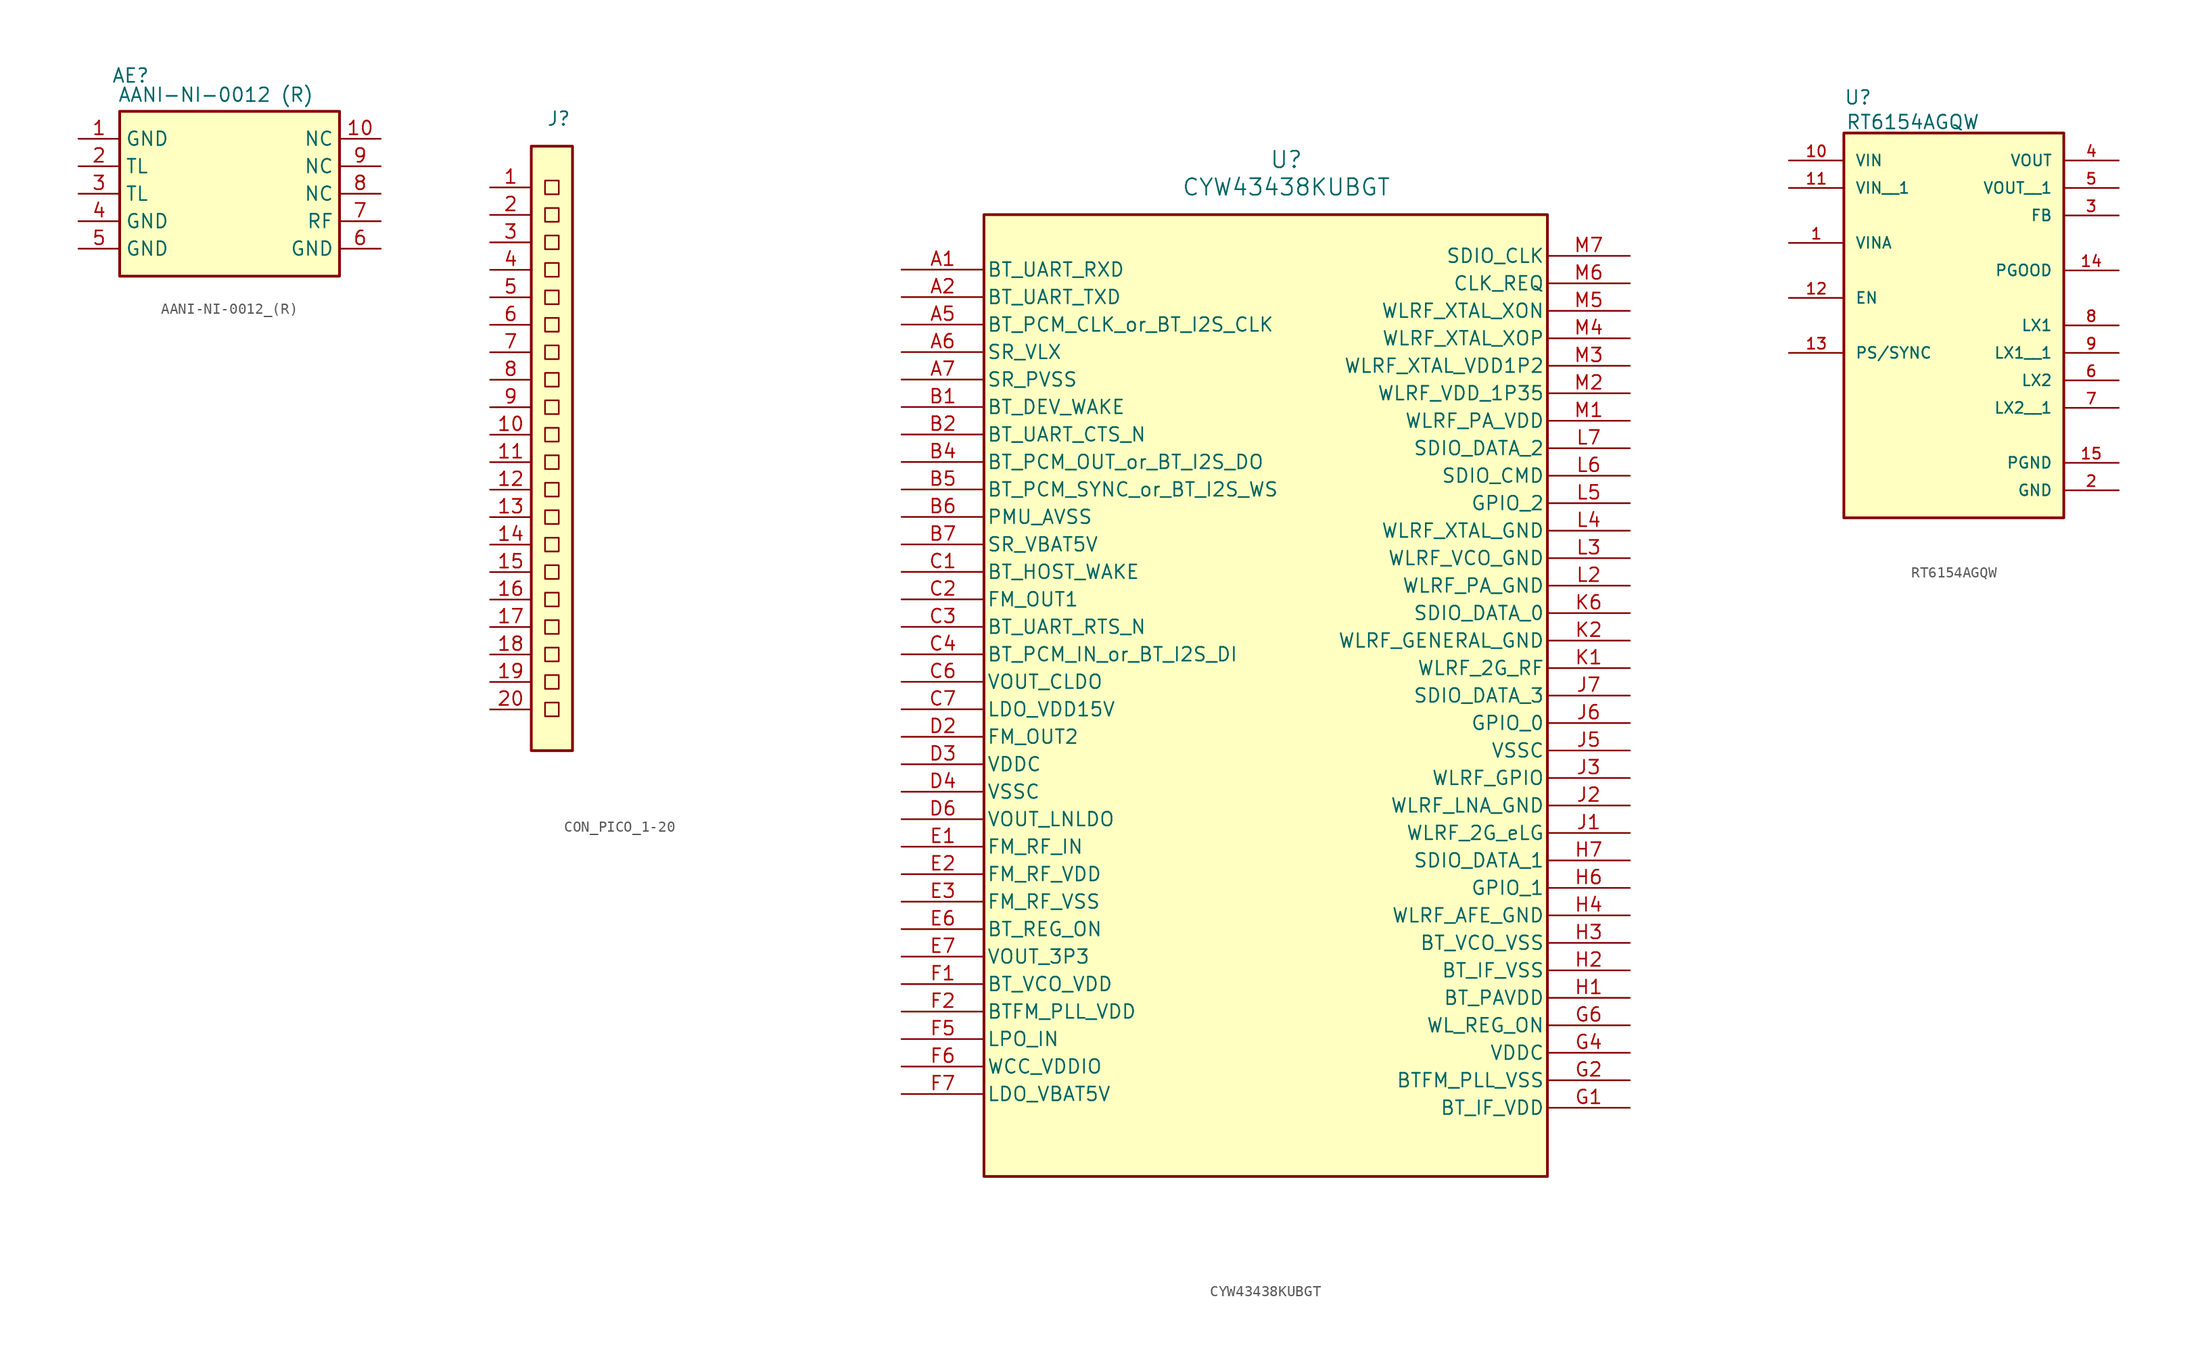
<source format=kicad_sym>
(kicad_symbol_lib
  (version 20231120)
  (generator "kicad_symbol_editor")
  (generator_version "8.0")
  (symbol "AANI-NI-0012_(R)"
    (property "Reference" "AE"
      (at 1.016 18.542 0)
      (effects (font (size 1.27 1.27))))
    (property "Value" "AANI-NI-0012 (R)"
      (at 8.89 16.764 0)
      (effects (font (size 1.27 1.27))))
    (symbol "AANI-NI-0012_(R)_0_0"
      (rectangle (start 0 15.24) (end 20.32 0) (stroke (width 0.254) (type default)) (fill (type background))))
    (symbol "AANI-NI-0012_(R)_1_1"
      (pin input line (at -3.81 12.7 0) (length 3.81) (name "GND" (effects (font (size 1.27 1.27)))) (number "1" (effects (font (size 1.27 1.27)))))
      (pin input line (at 24.13 12.7 180) (length 3.81) (name "NC" (effects (font (size 1.27 1.27)))) (number "10" (effects (font (size 1.27 1.27)))))
      (pin input line (at -3.81 10.16 0) (length 3.81) (name "TL" (effects (font (size 1.27 1.27)))) (number "2" (effects (font (size 1.27 1.27)))))
      (pin input line (at -3.81 7.62 0) (length 3.81) (name "TL" (effects (font (size 1.27 1.27)))) (number "3" (effects (font (size 1.27 1.27)))))
      (pin input line (at -3.81 5.08 0) (length 3.81) (name "GND" (effects (font (size 1.27 1.27)))) (number "4" (effects (font (size 1.27 1.27)))))
      (pin input line (at -3.81 2.54 0) (length 3.81) (name "GND" (effects (font (size 1.27 1.27)))) (number "5" (effects (font (size 1.27 1.27)))))
      (pin input line (at 24.13 2.54 180) (length 3.81) (name "GND" (effects (font (size 1.27 1.27)))) (number "6" (effects (font (size 1.27 1.27)))))
      (pin input line (at 24.13 5.08 180) (length 3.81) (name "RF" (effects (font (size 1.27 1.27)))) (number "7" (effects (font (size 1.27 1.27)))))
      (pin input line (at 24.13 7.62 180) (length 3.81) (name "NC" (effects (font (size 1.27 1.27)))) (number "8" (effects (font (size 1.27 1.27)))))
      (pin input line (at 24.13 10.16 180) (length 3.81) (name "NC" (effects (font (size 1.27 1.27)))) (number "9" (effects (font (size 1.27 1.27)))))))
  (symbol "CON_PICO_1-20"
    (property "Reference" "J"
      (at -13.97 29.21 0)
      (effects (font (size 1.27 1.27))))
    (property "Value" ""
      (at 3.81 -15.24 0)
      (effects (font (size 1.27 1.27))))
    (symbol "CON_PICO_1-20_0_1"
      (rectangle (start -16.51 26.67) (end -12.7 -29.21) (stroke (width 0.254) (type default)) (fill (type background)))
      (rectangle (start -15.24 -24.765) (end -13.97 -26.035) (stroke (width 0) (type default)) (fill (type none)))
      (rectangle (start -15.24 -22.225) (end -13.97 -23.495) (stroke (width 0) (type default)) (fill (type none)))
      (rectangle (start -15.24 -19.685) (end -13.97 -20.955) (stroke (width 0) (type default)) (fill (type none)))
      (rectangle (start -15.24 -17.145) (end -13.97 -18.415) (stroke (width 0) (type default)) (fill (type none)))
      (rectangle (start -15.24 -14.605) (end -13.97 -15.875) (stroke (width 0) (type default)) (fill (type none)))
      (rectangle (start -15.24 -12.065) (end -13.97 -13.335) (stroke (width 0) (type default)) (fill (type none)))
      (rectangle (start -15.24 -9.525) (end -13.97 -10.795) (stroke (width 0) (type default)) (fill (type none)))
      (rectangle (start -15.24 -6.985) (end -13.97 -8.255) (stroke (width 0) (type default)) (fill (type none)))
      (rectangle (start -15.24 -4.445) (end -13.97 -5.715) (stroke (width 0) (type default)) (fill (type none)))
      (rectangle (start -15.24 -1.905) (end -13.97 -3.175) (stroke (width 0) (type default)) (fill (type none)))
      (rectangle (start -15.24 0.635) (end -13.97 -0.635) (stroke (width 0) (type default)) (fill (type none)))
      (rectangle (start -15.24 3.175) (end -13.97 1.905) (stroke (width 0) (type default)) (fill (type none)))
      (rectangle (start -15.24 5.715) (end -13.97 4.445) (stroke (width 0) (type default)) (fill (type none)))
      (rectangle (start -15.24 8.255) (end -13.97 6.985) (stroke (width 0) (type default)) (fill (type none)))
      (rectangle (start -15.24 10.795) (end -13.97 9.525) (stroke (width 0) (type default)) (fill (type none)))
      (rectangle (start -15.24 13.335) (end -13.97 12.065) (stroke (width 0) (type default)) (fill (type none)))
      (rectangle (start -15.24 15.875) (end -13.97 14.605) (stroke (width 0) (type default)) (fill (type none)))
      (rectangle (start -15.24 18.415) (end -13.97 17.145) (stroke (width 0) (type default)) (fill (type none)))
      (rectangle (start -15.24 20.955) (end -13.97 19.685) (stroke (width 0) (type default)) (fill (type none)))
      (rectangle (start -15.24 23.495) (end -13.97 22.225) (stroke (width 0) (type default)) (fill (type none))))
    (symbol "CON_PICO_1-20_1_1"
      (pin input line (at -20.32 22.86 0) (length 3.81) (name "" (effects (font (size 1.27 1.27)))) (number "1" (effects (font (size 1.27 1.27)))))
      (pin input line (at -20.32 0 0) (length 3.81) (name "" (effects (font (size 1.27 1.27)))) (number "10" (effects (font (size 1.27 1.27)))))
      (pin input line (at -20.32 -2.54 0) (length 3.81) (name "" (effects (font (size 1.27 1.27)))) (number "11" (effects (font (size 1.27 1.27)))))
      (pin input line (at -20.32 -5.08 0) (length 3.81) (name "" (effects (font (size 1.27 1.27)))) (number "12" (effects (font (size 1.27 1.27)))))
      (pin input line (at -20.32 -7.62 0) (length 3.81) (name "" (effects (font (size 1.27 1.27)))) (number "13" (effects (font (size 1.27 1.27)))))
      (pin input line (at -20.32 -10.16 0) (length 3.81) (name "" (effects (font (size 1.27 1.27)))) (number "14" (effects (font (size 1.27 1.27)))))
      (pin input line (at -20.32 -12.7 0) (length 3.81) (name "" (effects (font (size 1.27 1.27)))) (number "15" (effects (font (size 1.27 1.27)))))
      (pin input line (at -20.32 -15.24 0) (length 3.81) (name "" (effects (font (size 1.27 1.27)))) (number "16" (effects (font (size 1.27 1.27)))))
      (pin input line (at -20.32 -17.78 0) (length 3.81) (name "" (effects (font (size 1.27 1.27)))) (number "17" (effects (font (size 1.27 1.27)))))
      (pin input line (at -20.32 -20.32 0) (length 3.81) (name "" (effects (font (size 1.27 1.27)))) (number "18" (effects (font (size 1.27 1.27)))))
      (pin input line (at -20.32 -22.86 0) (length 3.81) (name "" (effects (font (size 1.27 1.27)))) (number "19" (effects (font (size 1.27 1.27)))))
      (pin input line (at -20.32 20.32 0) (length 3.81) (name "" (effects (font (size 1.27 1.27)))) (number "2" (effects (font (size 1.27 1.27)))))
      (pin input line (at -20.32 -25.4 0) (length 3.81) (name "" (effects (font (size 1.27 1.27)))) (number "20" (effects (font (size 1.27 1.27)))))
      (pin input line (at -20.32 17.78 0) (length 3.81) (name "" (effects (font (size 1.27 1.27)))) (number "3" (effects (font (size 1.27 1.27)))))
      (pin input line (at -20.32 15.24 0) (length 3.81) (name "" (effects (font (size 1.27 1.27)))) (number "4" (effects (font (size 1.27 1.27)))))
      (pin input line (at -20.32 12.7 0) (length 3.81) (name "" (effects (font (size 1.27 1.27)))) (number "5" (effects (font (size 1.27 1.27)))))
      (pin input line (at -20.32 10.16 0) (length 3.81) (name "" (effects (font (size 1.27 1.27)))) (number "6" (effects (font (size 1.27 1.27)))))
      (pin input line (at -20.32 7.62 0) (length 3.81) (name "" (effects (font (size 1.27 1.27)))) (number "7" (effects (font (size 1.27 1.27)))))
      (pin input line (at -20.32 5.08 0) (length 3.81) (name "" (effects (font (size 1.27 1.27)))) (number "8" (effects (font (size 1.27 1.27)))))
      (pin input line (at -20.32 2.54 0) (length 3.81) (name "" (effects (font (size 1.27 1.27)))) (number "9" (effects (font (size 1.27 1.27)))))))
  (symbol "CYW43438KUBGT"
    (pin_names
      (offset 0.254))
    (property "Reference" "U"
      (at 27.94 93.98 0)
      (effects (font (size 1.524 1.524))))
    (property "Value" "CYW43438KUBGT"
      (at 27.94 91.44 0)
      (effects (font (size 1.524 1.524))))
    (symbol "CYW43438KUBGT_0_1"
      (pin unspecified line (at -7.62 83.82 0) (length 7.62) (name "BT_UART_RXD" (effects (font (size 1.27 1.27)))) (number "A1" (effects (font (size 1.27 1.27)))))
      (pin unspecified line (at -7.62 81.28 0) (length 7.62) (name "BT_UART_TXD" (effects (font (size 1.27 1.27)))) (number "A2" (effects (font (size 1.27 1.27)))))
      (pin unspecified line (at -7.62 78.74 0) (length 7.62) (name "BT_PCM_CLK_or_BT_I2S_CLK" (effects (font (size 1.27 1.27)))) (number "A5" (effects (font (size 1.27 1.27)))))
      (pin unspecified line (at -7.62 76.2 0) (length 7.62) (name "SR_VLX" (effects (font (size 1.27 1.27)))) (number "A6" (effects (font (size 1.27 1.27)))))
      (pin power_out line (at -7.62 73.66 0) (length 7.62) (name "SR_PVSS" (effects (font (size 1.27 1.27)))) (number "A7" (effects (font (size 1.27 1.27)))))
      (pin unspecified line (at -7.62 71.12 0) (length 7.62) (name "BT_DEV_WAKE" (effects (font (size 1.27 1.27)))) (number "B1" (effects (font (size 1.27 1.27)))))
      (pin unspecified line (at -7.62 68.58 0) (length 7.62) (name "BT_UART_CTS_N" (effects (font (size 1.27 1.27)))) (number "B2" (effects (font (size 1.27 1.27)))))
      (pin output line (at -7.62 66.04 0) (length 7.62) (name "BT_PCM_OUT_or_BT_I2S_DO" (effects (font (size 1.27 1.27)))) (number "B4" (effects (font (size 1.27 1.27)))))
      (pin unspecified line (at -7.62 63.5 0) (length 7.62) (name "BT_PCM_SYNC_or_BT_I2S_WS" (effects (font (size 1.27 1.27)))) (number "B5" (effects (font (size 1.27 1.27)))))
      (pin power_out line (at -7.62 60.96 0) (length 7.62) (name "PMU_AVSS" (effects (font (size 1.27 1.27)))) (number "B6" (effects (font (size 1.27 1.27)))))
      (pin unspecified line (at -7.62 58.42 0) (length 7.62) (name "SR_VBAT5V" (effects (font (size 1.27 1.27)))) (number "B7" (effects (font (size 1.27 1.27)))))
      (pin unspecified line (at -7.62 55.88 0) (length 7.62) (name "BT_HOST_WAKE" (effects (font (size 1.27 1.27)))) (number "C1" (effects (font (size 1.27 1.27)))))
      (pin output line (at -7.62 53.34 0) (length 7.62) (name "FM_OUT1" (effects (font (size 1.27 1.27)))) (number "C2" (effects (font (size 1.27 1.27)))))
      (pin unspecified line (at -7.62 50.8 0) (length 7.62) (name "BT_UART_RTS_N" (effects (font (size 1.27 1.27)))) (number "C3" (effects (font (size 1.27 1.27)))))
      (pin unspecified line (at -7.62 48.26 0) (length 7.62) (name "BT_PCM_IN_or_BT_I2S_DI" (effects (font (size 1.27 1.27)))) (number "C4" (effects (font (size 1.27 1.27)))))
      (pin output line (at -7.62 45.72 0) (length 7.62) (name "VOUT_CLDO" (effects (font (size 1.27 1.27)))) (number "C6" (effects (font (size 1.27 1.27)))))
      (pin power_in line (at -7.62 43.18 0) (length 7.62) (name "LDO_VDD15V" (effects (font (size 1.27 1.27)))) (number "C7" (effects (font (size 1.27 1.27)))))
      (pin output line (at -7.62 40.64 0) (length 7.62) (name "FM_OUT2" (effects (font (size 1.27 1.27)))) (number "D2" (effects (font (size 1.27 1.27)))))
      (pin power_in line (at -7.62 38.1 0) (length 7.62) (name "VDDC" (effects (font (size 1.27 1.27)))) (number "D3" (effects (font (size 1.27 1.27)))))
      (pin power_out line (at -7.62 35.56 0) (length 7.62) (name "VSSC" (effects (font (size 1.27 1.27)))) (number "D4" (effects (font (size 1.27 1.27)))))
      (pin output line (at -7.62 33.02 0) (length 7.62) (name "VOUT_LNLDO" (effects (font (size 1.27 1.27)))) (number "D6" (effects (font (size 1.27 1.27)))))
      (pin unspecified line (at -7.62 30.48 0) (length 7.62) (name "FM_RF_IN" (effects (font (size 1.27 1.27)))) (number "E1" (effects (font (size 1.27 1.27)))))
      (pin power_in line (at -7.62 27.94 0) (length 7.62) (name "FM_RF_VDD" (effects (font (size 1.27 1.27)))) (number "E2" (effects (font (size 1.27 1.27)))))
      (pin power_out line (at -7.62 25.4 0) (length 7.62) (name "FM_RF_VSS" (effects (font (size 1.27 1.27)))) (number "E3" (effects (font (size 1.27 1.27)))))
      (pin unspecified line (at -7.62 22.86 0) (length 7.62) (name "BT_REG_ON" (effects (font (size 1.27 1.27)))) (number "E6" (effects (font (size 1.27 1.27)))))
      (pin output line (at -7.62 20.32 0) (length 7.62) (name "VOUT_3P3" (effects (font (size 1.27 1.27)))) (number "E7" (effects (font (size 1.27 1.27)))))
      (pin power_in line (at -7.62 17.78 0) (length 7.62) (name "BT_VCO_VDD" (effects (font (size 1.27 1.27)))) (number "F1" (effects (font (size 1.27 1.27)))))
      (pin power_in line (at -7.62 15.24 0) (length 7.62) (name "BTFM_PLL_VDD" (effects (font (size 1.27 1.27)))) (number "F2" (effects (font (size 1.27 1.27)))))
      (pin unspecified line (at -7.62 12.7 0) (length 7.62) (name "LPO_IN" (effects (font (size 1.27 1.27)))) (number "F5" (effects (font (size 1.27 1.27)))))
      (pin power_in line (at -7.62 10.16 0) (length 7.62) (name "WCC_VDDIO" (effects (font (size 1.27 1.27)))) (number "F6" (effects (font (size 1.27 1.27)))))
      (pin unspecified line (at -7.62 7.62 0) (length 7.62) (name "LDO_VBAT5V" (effects (font (size 1.27 1.27)))) (number "F7" (effects (font (size 1.27 1.27)))))
      (pin power_in line (at 59.69 6.35 180) (length 7.62) (name "BT_IF_VDD" (effects (font (size 1.27 1.27)))) (number "G1" (effects (font (size 1.27 1.27)))))
      (pin power_out line (at 59.69 8.89 180) (length 7.62) (name "BTFM_PLL_VSS" (effects (font (size 1.27 1.27)))) (number "G2" (effects (font (size 1.27 1.27)))))
      (pin power_in line (at 59.69 11.43 180) (length 7.62) (name "VDDC" (effects (font (size 1.27 1.27)))) (number "G4" (effects (font (size 1.27 1.27)))))
      (pin unspecified line (at 59.69 13.97 180) (length 7.62) (name "WL_REG_ON" (effects (font (size 1.27 1.27)))) (number "G6" (effects (font (size 1.27 1.27)))))
      (pin power_in line (at 59.69 16.51 180) (length 7.62) (name "BT_PAVDD" (effects (font (size 1.27 1.27)))) (number "H1" (effects (font (size 1.27 1.27)))))
      (pin power_out line (at 59.69 19.05 180) (length 7.62) (name "BT_IF_VSS" (effects (font (size 1.27 1.27)))) (number "H2" (effects (font (size 1.27 1.27)))))
      (pin power_out line (at 59.69 21.59 180) (length 7.62) (name "BT_VCO_VSS" (effects (font (size 1.27 1.27)))) (number "H3" (effects (font (size 1.27 1.27)))))
      (pin power_out line (at 59.69 24.13 180) (length 7.62) (name "WLRF_AFE_GND" (effects (font (size 1.27 1.27)))) (number "H4" (effects (font (size 1.27 1.27)))))
      (pin bidirectional line (at 59.69 26.67 180) (length 7.62) (name "GPIO_1" (effects (font (size 1.27 1.27)))) (number "H6" (effects (font (size 1.27 1.27)))))
      (pin bidirectional line (at 59.69 29.21 180) (length 7.62) (name "SDIO_DATA_1" (effects (font (size 1.27 1.27)))) (number "H7" (effects (font (size 1.27 1.27)))))
      (pin bidirectional line (at 59.69 31.75 180) (length 7.62) (name "WLRF_2G_eLG" (effects (font (size 1.27 1.27)))) (number "J1" (effects (font (size 1.27 1.27)))))
      (pin power_out line (at 59.69 34.29 180) (length 7.62) (name "WLRF_LNA_GND" (effects (font (size 1.27 1.27)))) (number "J2" (effects (font (size 1.27 1.27)))))
      (pin unspecified line (at 59.69 36.83 180) (length 7.62) (name "WLRF_GPIO" (effects (font (size 1.27 1.27)))) (number "J3" (effects (font (size 1.27 1.27)))))
      (pin power_out line (at 59.69 39.37 180) (length 7.62) (name "VSSC" (effects (font (size 1.27 1.27)))) (number "J5" (effects (font (size 1.27 1.27)))))
      (pin bidirectional line (at 59.69 41.91 180) (length 7.62) (name "GPIO_0" (effects (font (size 1.27 1.27)))) (number "J6" (effects (font (size 1.27 1.27)))))
      (pin bidirectional line (at 59.69 44.45 180) (length 7.62) (name "SDIO_DATA_3" (effects (font (size 1.27 1.27)))) (number "J7" (effects (font (size 1.27 1.27)))))
      (pin bidirectional line (at 59.69 46.99 180) (length 7.62) (name "WLRF_2G_RF" (effects (font (size 1.27 1.27)))) (number "K1" (effects (font (size 1.27 1.27)))))
      (pin power_out line (at 59.69 49.53 180) (length 7.62) (name "WLRF_GENERAL_GND" (effects (font (size 1.27 1.27)))) (number "K2" (effects (font (size 1.27 1.27)))))
      (pin bidirectional line (at 59.69 52.07 180) (length 7.62) (name "SDIO_DATA_0" (effects (font (size 1.27 1.27)))) (number "K6" (effects (font (size 1.27 1.27)))))
      (pin power_out line (at 59.69 54.61 180) (length 7.62) (name "WLRF_PA_GND" (effects (font (size 1.27 1.27)))) (number "L2" (effects (font (size 1.27 1.27)))))
      (pin power_out line (at 59.69 57.15 180) (length 7.62) (name "WLRF_VCO_GND" (effects (font (size 1.27 1.27)))) (number "L3" (effects (font (size 1.27 1.27)))))
      (pin power_out line (at 59.69 59.69 180) (length 7.62) (name "WLRF_XTAL_GND" (effects (font (size 1.27 1.27)))) (number "L4" (effects (font (size 1.27 1.27)))))
      (pin bidirectional line (at 59.69 62.23 180) (length 7.62) (name "GPIO_2" (effects (font (size 1.27 1.27)))) (number "L5" (effects (font (size 1.27 1.27)))))
      (pin unspecified line (at 59.69 64.77 180) (length 7.62) (name "SDIO_CMD" (effects (font (size 1.27 1.27)))) (number "L6" (effects (font (size 1.27 1.27)))))
      (pin bidirectional line (at 59.69 67.31 180) (length 7.62) (name "SDIO_DATA_2" (effects (font (size 1.27 1.27)))) (number "L7" (effects (font (size 1.27 1.27)))))
      (pin power_in line (at 59.69 69.85 180) (length 7.62) (name "WLRF_PA_VDD" (effects (font (size 1.27 1.27)))) (number "M1" (effects (font (size 1.27 1.27)))))
      (pin power_in line (at 59.69 72.39 180) (length 7.62) (name "WLRF_VDD_1P35" (effects (font (size 1.27 1.27)))) (number "M2" (effects (font (size 1.27 1.27)))))
      (pin power_in line (at 59.69 74.93 180) (length 7.62) (name "WLRF_XTAL_VDD1P2" (effects (font (size 1.27 1.27)))) (number "M3" (effects (font (size 1.27 1.27)))))
      (pin unspecified line (at 59.69 77.47 180) (length 7.62) (name "WLRF_XTAL_XOP" (effects (font (size 1.27 1.27)))) (number "M4" (effects (font (size 1.27 1.27)))))
      (pin unspecified line (at 59.69 80.01 180) (length 7.62) (name "WLRF_XTAL_XON" (effects (font (size 1.27 1.27)))) (number "M5" (effects (font (size 1.27 1.27)))))
      (pin unspecified line (at 59.69 82.55 180) (length 7.62) (name "CLK_REQ" (effects (font (size 1.27 1.27)))) (number "M6" (effects (font (size 1.27 1.27)))))
      (pin unspecified line (at 59.69 85.09 180) (length 7.62) (name "SDIO_CLK" (effects (font (size 1.27 1.27)))) (number "M7" (effects (font (size 1.27 1.27))))))
    (symbol "CYW43438KUBGT_1_1"
      (rectangle (start 0 88.9) (end 52.07 0) (stroke (width 0.254) (type default)) (fill (type background)))))
  (symbol "RT6154AGQW"
    (pin_names
      (offset 1.016))
    (property "Reference" "U"
      (at -10.16 17.78 0)
      (effects (font (size 1.27 1.27)) (justify left bottom)))
    (property "Value" "RT6154AGQW"
      (at -10 15.5 0)
      (effects (font (size 1.27 1.27)) (justify left bottom)))
    (symbol "RT6154AGQW_0_0"
      (rectangle (start -10.16 15.24) (end 10.16 -20.32) (stroke (width 0.254) (type default)) (fill (type background)))
      (pin input line (at -15.24 5.08 0) (length 5.08) (name "VINA" (effects (font (size 1.016 1.016)))) (number "1" (effects (font (size 1.016 1.016)))))
      (pin input line (at -15.24 12.7 0) (length 5.08) (name "VIN" (effects (font (size 1.016 1.016)))) (number "10" (effects (font (size 1.016 1.016)))))
      (pin input line (at -15.24 10.16 0) (length 5.08) (name "VIN__1" (effects (font (size 1.016 1.016)))) (number "11" (effects (font (size 1.016 1.016)))))
      (pin input line (at -15.24 0 0) (length 5.08) (name "EN" (effects (font (size 1.016 1.016)))) (number "12" (effects (font (size 1.016 1.016)))))
      (pin input line (at -15.24 -5.08 0) (length 5.08) (name "PS/SYNC" (effects (font (size 1.016 1.016)))) (number "13" (effects (font (size 1.016 1.016)))))
      (pin output line (at 15.24 2.54 180) (length 5.08) (name "PGOOD" (effects (font (size 1.016 1.016)))) (number "14" (effects (font (size 1.016 1.016)))))
      (pin power_in line (at 15.24 -15.24 180) (length 5.08) (name "PGND" (effects (font (size 1.016 1.016)))) (number "15" (effects (font (size 1.016 1.016)))))
      (pin power_in line (at 15.24 -17.78 180) (length 5.08) (name "GND" (effects (font (size 1.016 1.016)))) (number "2" (effects (font (size 1.016 1.016)))))
      (pin input line (at 15.24 7.62 180) (length 5.08) (name "FB" (effects (font (size 1.016 1.016)))) (number "3" (effects (font (size 1.016 1.016)))))
      (pin output line (at 15.24 12.7 180) (length 5.08) (name "VOUT" (effects (font (size 1.016 1.016)))) (number "4" (effects (font (size 1.016 1.016)))))
      (pin output line (at 15.24 10.16 180) (length 5.08) (name "VOUT__1" (effects (font (size 1.016 1.016)))) (number "5" (effects (font (size 1.016 1.016)))))
      (pin passive line (at 15.24 -7.62 180) (length 5.08) (name "LX2" (effects (font (size 1.016 1.016)))) (number "6" (effects (font (size 1.016 1.016)))))
      (pin passive line (at 15.24 -10.16 180) (length 5.08) (name "LX2__1" (effects (font (size 1.016 1.016)))) (number "7" (effects (font (size 1.016 1.016)))))
      (pin passive line (at 15.24 -2.54 180) (length 5.08) (name "LX1" (effects (font (size 1.016 1.016)))) (number "8" (effects (font (size 1.016 1.016)))))
      (pin passive line (at 15.24 -5.08 180) (length 5.08) (name "LX1__1" (effects (font (size 1.016 1.016)))) (number "9" (effects (font (size 1.016 1.016))))))))
</source>
